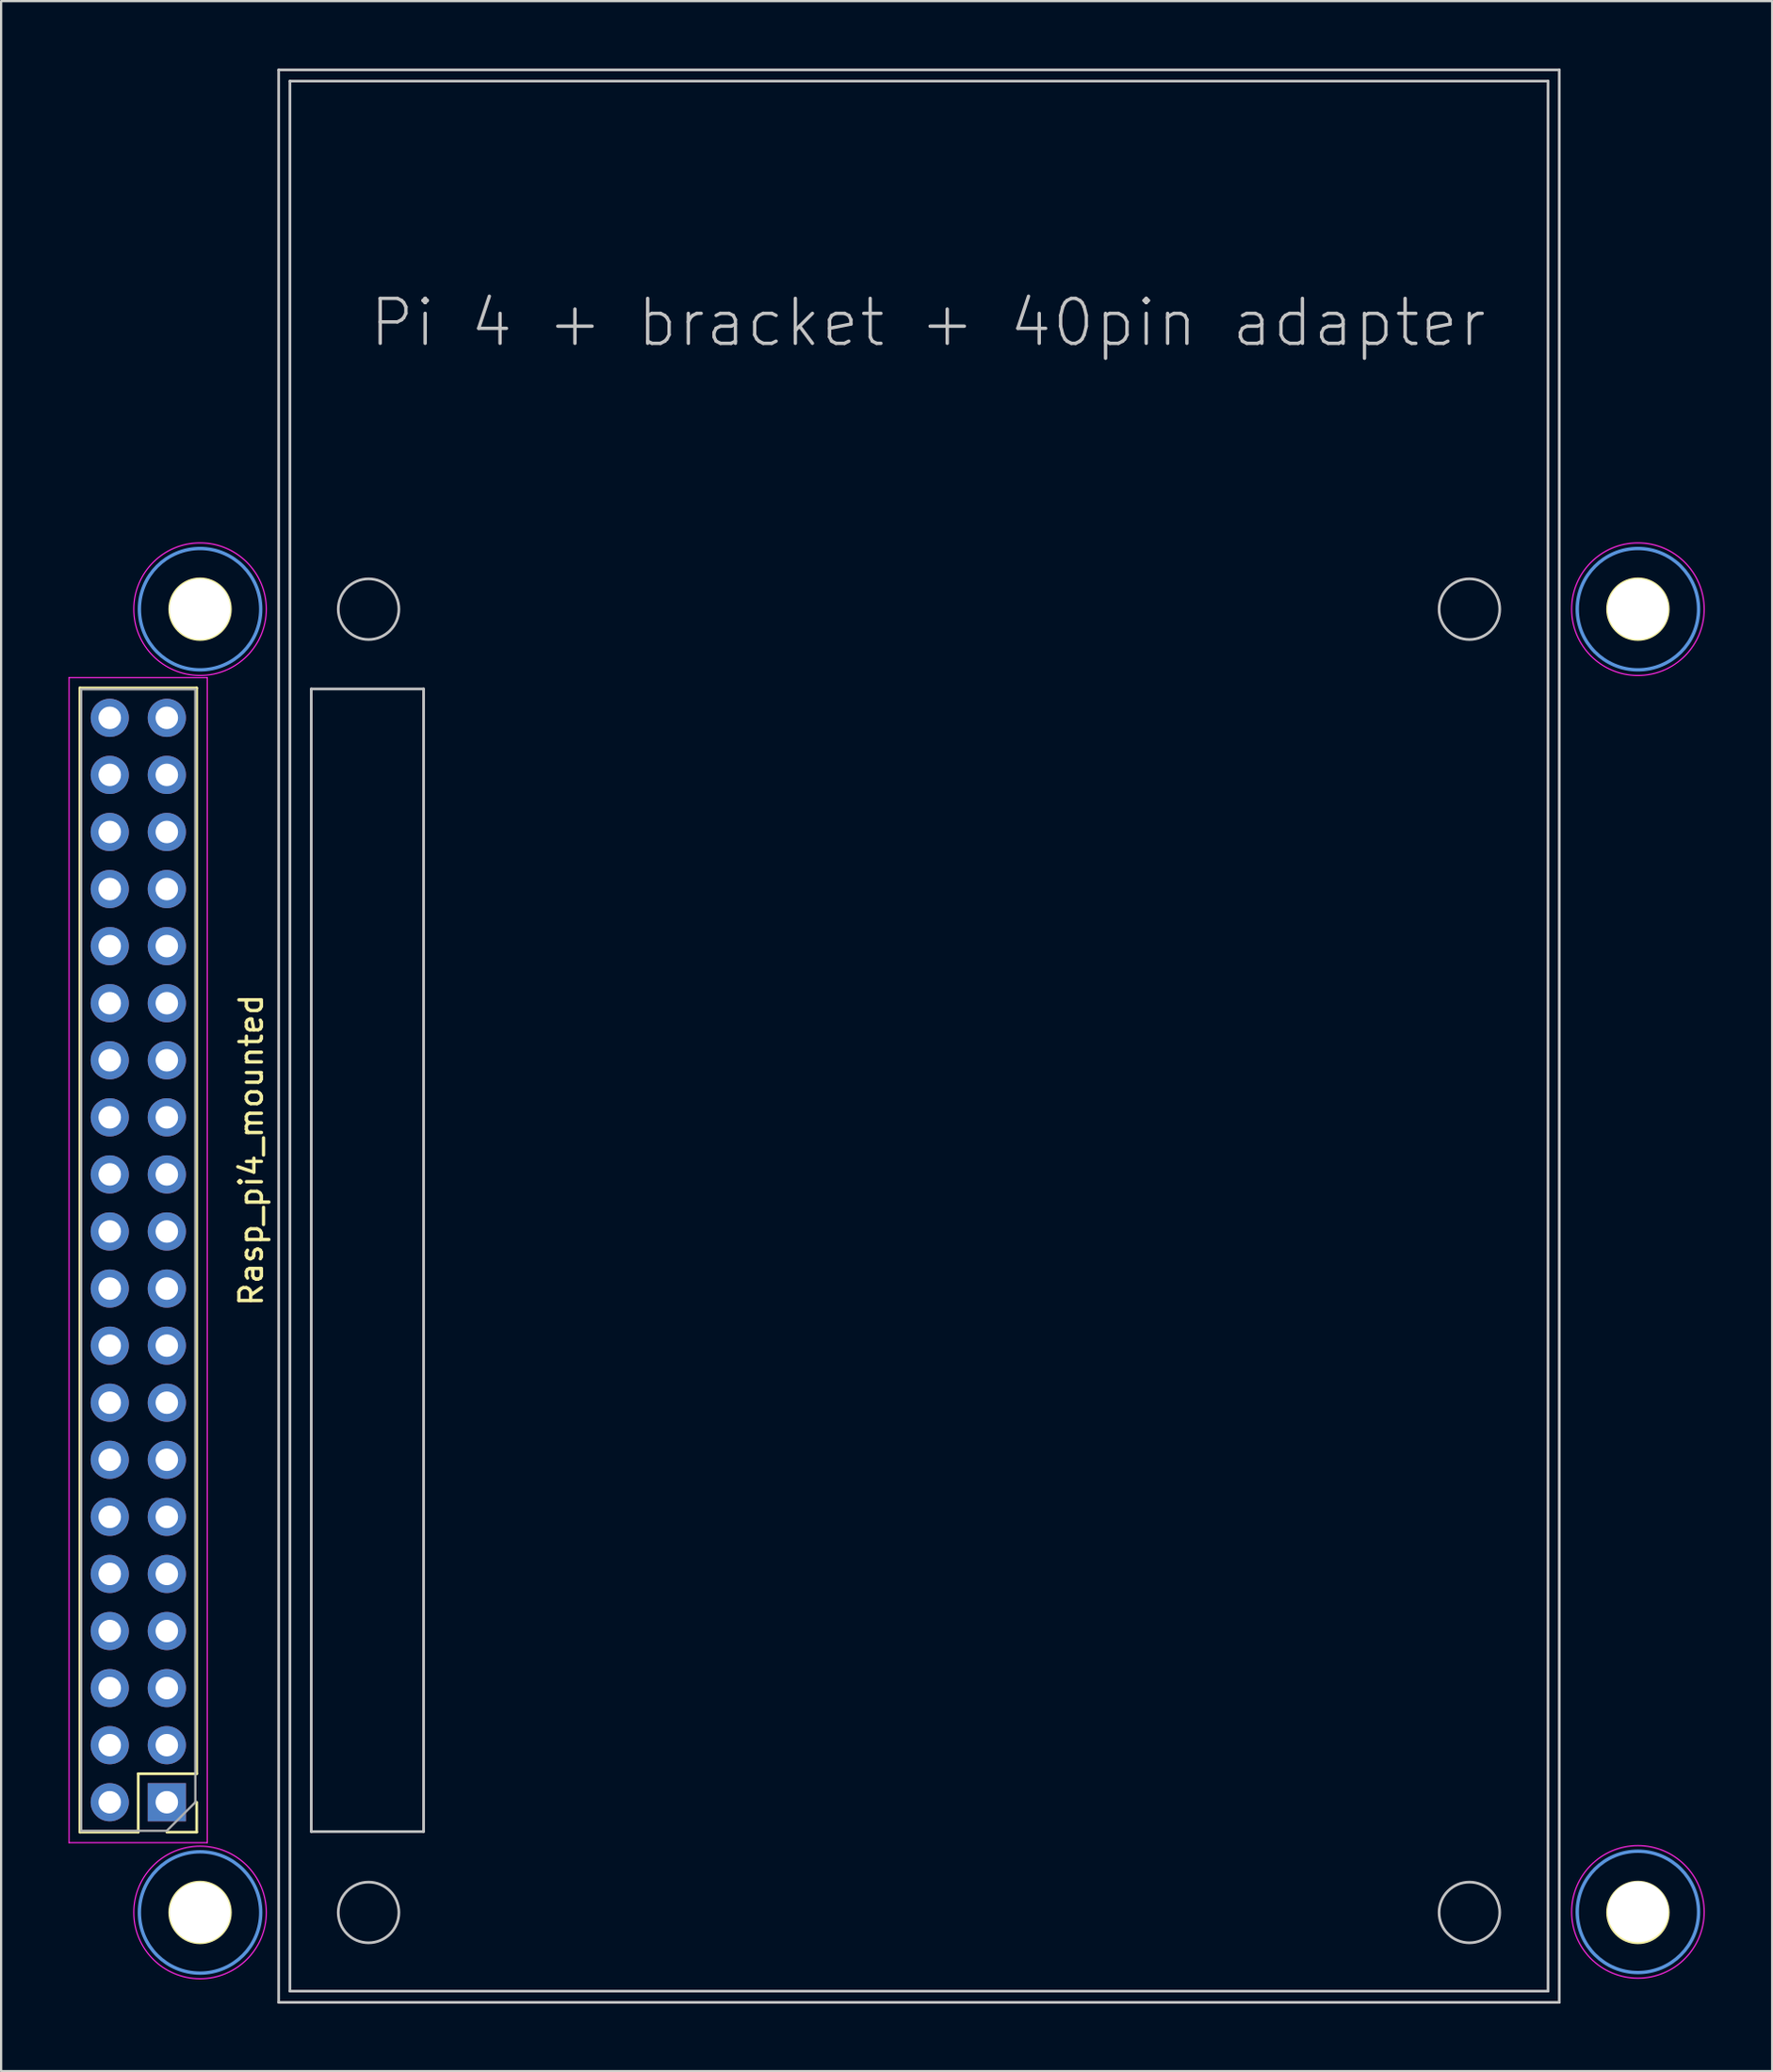
<source format=kicad_pcb>
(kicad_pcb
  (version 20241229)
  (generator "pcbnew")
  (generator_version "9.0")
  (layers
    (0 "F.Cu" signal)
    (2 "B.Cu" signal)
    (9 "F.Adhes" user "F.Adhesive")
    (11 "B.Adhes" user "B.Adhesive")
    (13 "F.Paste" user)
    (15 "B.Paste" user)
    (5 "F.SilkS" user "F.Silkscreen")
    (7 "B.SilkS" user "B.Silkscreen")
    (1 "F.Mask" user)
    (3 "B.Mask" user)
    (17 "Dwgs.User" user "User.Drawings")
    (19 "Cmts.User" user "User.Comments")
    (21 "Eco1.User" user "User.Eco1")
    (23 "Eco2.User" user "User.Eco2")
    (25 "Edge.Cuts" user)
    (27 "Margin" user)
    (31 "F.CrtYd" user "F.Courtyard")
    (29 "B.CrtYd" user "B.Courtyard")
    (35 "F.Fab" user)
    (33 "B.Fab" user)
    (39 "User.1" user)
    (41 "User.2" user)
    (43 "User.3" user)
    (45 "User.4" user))
  (footprint "Rasp_pi4_mounted"
    (layer "F.Cu")
    (at 9.855 0.56)
    (property "Reference" "Rasp_pi4_mounted" (at -1.725 47.575 90) (layer "F.SilkS") (effects (font (size 1 1) (thickness 0.15))))
    (attr through_hole)
    (fp_line (start -9.35 77.925) (end -9.35 27.005) (stroke (width 0.12) (type solid)) (layer "F.SilkS"))
    (fp_line (start -6.75 75.325) (end -6.75 77.925) (stroke (width 0.12) (type solid)) (layer "F.SilkS"))
    (fp_line (start -6.75 77.925) (end -9.35 77.925) (stroke (width 0.12) (type solid)) (layer "F.SilkS"))
    (fp_line (start -4.15 27.005) (end -9.35 27.005) (stroke (width 0.12) (type solid)) (layer "F.SilkS"))
    (fp_line (start -4.15 75.325) (end -6.75 75.325) (stroke (width 0.12) (type solid)) (layer "F.SilkS"))
    (fp_line (start -4.15 75.325) (end -4.15 27.005) (stroke (width 0.12) (type solid)) (layer "F.SilkS"))
    (fp_line (start -4.15 76.595) (end -4.15 77.925) (stroke (width 0.12) (type solid)) (layer "F.SilkS"))
    (fp_line (start -4.15 77.925) (end -5.48 77.925) (stroke (width 0.12) (type solid)) (layer "F.SilkS"))
    (fp_circle (center -4 23.5) (end -2.65 23.5) (stroke (width 0.12) (type solid)) (fill no) (layer "F.SilkS"))
    (fp_circle (center -4 81.5) (end -2.65 81.5) (stroke (width 0.12) (type solid)) (fill no) (layer "F.SilkS"))
    (fp_circle (center 60 23.5) (end 61.35 23.5) (stroke (width 0.12) (type solid)) (fill no) (layer "F.SilkS"))
    (fp_circle (center 60 81.5) (end 61.35 81.5) (stroke (width 0.12) (type solid)) (fill no) (layer "F.SilkS"))
    (fp_line (start -0.5 -0.5) (end 56.5 -0.5) (stroke (width 0.12) (type solid)) (layer "Dwgs.User"))
    (fp_line (start -0.5 85.5) (end -0.5 -0.5) (stroke (width 0.12) (type solid)) (layer "Dwgs.User"))
    (fp_line (start 0 0) (end 0 85) (stroke (width 0.12) (type solid)) (layer "Dwgs.User"))
    (fp_line (start 0 85) (end 56 85) (stroke (width 0.12) (type solid)) (layer "Dwgs.User"))
    (fp_line (start 0.95 27.05) (end 0.95 77.9) (stroke (width 0.12) (type solid)) (layer "Dwgs.User"))
    (fp_line (start 0.95 77.9) (end 5.95 77.9) (stroke (width 0.12) (type solid)) (layer "Dwgs.User"))
    (fp_line (start 5.95 27.05) (end 0.95 27.05) (stroke (width 0.12) (type solid)) (layer "Dwgs.User"))
    (fp_line (start 5.95 77.9) (end 5.95 27.05) (stroke (width 0.12) (type solid)) (layer "Dwgs.User"))
    (fp_line (start 56 0) (end 0 0) (stroke (width 0.12) (type solid)) (layer "Dwgs.User"))
    (fp_line (start 56 85) (end 56 0) (stroke (width 0.12) (type solid)) (layer "Dwgs.User"))
    (fp_line (start 56.5 -0.5) (end 56.5 85.5) (stroke (width 0.12) (type solid)) (layer "Dwgs.User"))
    (fp_line (start 56.5 85.5) (end -0.5 85.5) (stroke (width 0.12) (type solid)) (layer "Dwgs.User"))
    (fp_circle (center 3.5 23.5) (end 4.85 23.5) (stroke (width 0.12) (type solid)) (fill no) (layer "Dwgs.User"))
    (fp_circle (center 3.5 81.5) (end 4.85 81.5) (stroke (width 0.12) (type solid)) (fill no) (layer "Dwgs.User"))
    (fp_circle (center 52.5 23.5) (end 53.85 23.5) (stroke (width 0.12) (type solid)) (fill no) (layer "Dwgs.User"))
    (fp_circle (center 52.5 81.5) (end 53.85 81.5) (stroke (width 0.12) (type solid)) (fill no) (layer "Dwgs.User"))
    (fp_circle (center -4 23.5) (end -1.3 23.5) (stroke (width 0.15) (type solid)) (fill no) (layer "Cmts.User"))
    (fp_circle (center -4 81.5) (end -1.3 81.5) (stroke (width 0.15) (type solid)) (fill no) (layer "Cmts.User"))
    (fp_circle (center 60 23.5) (end 62.7 23.5) (stroke (width 0.15) (type solid)) (fill no) (layer "Cmts.User"))
    (fp_circle (center 60 81.475) (end 62.7 81.475) (stroke (width 0.15) (type solid)) (fill no) (layer "Cmts.User"))
    (fp_line (start -9.83 26.545) (end -9.83 78.395) (stroke (width 0.05) (type solid)) (layer "F.CrtYd"))
    (fp_line (start -9.83 78.395) (end -3.68 78.395) (stroke (width 0.05) (type solid)) (layer "F.CrtYd"))
    (fp_line (start -3.68 26.545) (end -9.83 26.545) (stroke (width 0.05) (type solid)) (layer "F.CrtYd"))
    (fp_line (start -3.68 78.395) (end -3.68 26.545) (stroke (width 0.05) (type solid)) (layer "F.CrtYd"))
    (fp_circle (center -4 23.5) (end -1.05 23.5) (stroke (width 0.05) (type solid)) (fill no) (layer "F.CrtYd"))
    (fp_circle (center -4 81.5) (end -1.05 81.5) (stroke (width 0.05) (type solid)) (fill no) (layer "F.CrtYd"))
    (fp_circle (center 60 23.5) (end 62.95 23.5) (stroke (width 0.05) (type solid)) (fill no) (layer "F.CrtYd"))
    (fp_circle (center 60 81.475) (end 62.95 81.475) (stroke (width 0.05) (type solid)) (fill no) (layer "F.CrtYd"))
    (fp_line (start -9.29 27.065) (end -4.21 27.065) (stroke (width 0.1) (type solid)) (layer "F.Fab"))
    (fp_line (start -9.29 77.865) (end -9.29 27.065) (stroke (width 0.1) (type solid)) (layer "F.Fab"))
    (fp_line (start -5.48 77.865) (end -9.29 77.865) (stroke (width 0.1) (type solid)) (layer "F.Fab"))
    (fp_line (start -4.21 27.065) (end -4.21 76.595) (stroke (width 0.1) (type solid)) (layer "F.Fab"))
    (fp_line (start -4.21 76.595) (end -5.48 77.865) (stroke (width 0.1) (type solid)) (layer "F.Fab"))
    (fp_text user "Pi 4 + bracket + 40pin adapter" (at 28.4 10.75 180) (layer "Dwgs.User") (effects (font (size 2 2) (thickness 0.15))))
    (pad "" np_thru_hole circle (at -4 23.5) (size 2.7 2.7) (drill 2.7) (layers "*.Cu" "*.Mask"))
    (pad "" np_thru_hole circle (at -4 81.5) (size 2.7 2.7) (drill 2.7) (layers "*.Cu" "*.Mask"))
    (pad "" np_thru_hole circle (at 60 23.5) (size 2.7 2.7) (drill 2.7) (layers "*.Cu" "*.Mask"))
    (pad "" np_thru_hole circle (at 60 81.475) (size 2.7 2.7) (drill 2.7) (layers "*.Cu" "*.Mask"))
    (pad "1" thru_hole rect (at -5.48 76.595 180) (size 1.7 1.7) (drill 1) (layers "*.Cu" "*.Mask"))
    (pad "2" thru_hole oval (at -8.02 76.595 180) (size 1.7 1.7) (drill 1) (layers "*.Cu" "*.Mask"))
    (pad "3" thru_hole oval (at -5.48 74.055 180) (size 1.7 1.7) (drill 1) (layers "*.Cu" "*.Mask"))
    (pad "4" thru_hole oval (at -8.02 74.055 180) (size 1.7 1.7) (drill 1) (layers "*.Cu" "*.Mask"))
    (pad "5" thru_hole oval (at -5.48 71.515 180) (size 1.7 1.7) (drill 1) (layers "*.Cu" "*.Mask"))
    (pad "6" thru_hole oval (at -8.02 71.515 180) (size 1.7 1.7) (drill 1) (layers "*.Cu" "*.Mask"))
    (pad "7" thru_hole oval (at -5.48 68.975 180) (size 1.7 1.7) (drill 1) (layers "*.Cu" "*.Mask"))
    (pad "8" thru_hole oval (at -8.02 68.975 180) (size 1.7 1.7) (drill 1) (layers "*.Cu" "*.Mask"))
    (pad "9" thru_hole oval (at -5.48 66.435 180) (size 1.7 1.7) (drill 1) (layers "*.Cu" "*.Mask"))
    (pad "10" thru_hole oval (at -8.02 66.435 180) (size 1.7 1.7) (drill 1) (layers "*.Cu" "*.Mask"))
    (pad "11" thru_hole oval (at -5.48 63.895 180) (size 1.7 1.7) (drill 1) (layers "*.Cu" "*.Mask"))
    (pad "12" thru_hole oval (at -8.02 63.895 180) (size 1.7 1.7) (drill 1) (layers "*.Cu" "*.Mask"))
    (pad "13" thru_hole oval (at -5.48 61.355 180) (size 1.7 1.7) (drill 1) (layers "*.Cu" "*.Mask"))
    (pad "14" thru_hole oval (at -8.02 61.355 180) (size 1.7 1.7) (drill 1) (layers "*.Cu" "*.Mask"))
    (pad "15" thru_hole oval (at -5.48 58.815 180) (size 1.7 1.7) (drill 1) (layers "*.Cu" "*.Mask"))
    (pad "16" thru_hole oval (at -8.02 58.815 180) (size 1.7 1.7) (drill 1) (layers "*.Cu" "*.Mask"))
    (pad "17" thru_hole oval (at -5.48 56.275 180) (size 1.7 1.7) (drill 1) (layers "*.Cu" "*.Mask"))
    (pad "18" thru_hole oval (at -8.02 56.275 180) (size 1.7 1.7) (drill 1) (layers "*.Cu" "*.Mask"))
    (pad "19" thru_hole oval (at -5.48 53.735 180) (size 1.7 1.7) (drill 1) (layers "*.Cu" "*.Mask"))
    (pad "20" thru_hole oval (at -8.02 53.735 180) (size 1.7 1.7) (drill 1) (layers "*.Cu" "*.Mask"))
    (pad "21" thru_hole oval (at -5.48 51.195 180) (size 1.7 1.7) (drill 1) (layers "*.Cu" "*.Mask"))
    (pad "22" thru_hole oval (at -8.02 51.195 180) (size 1.7 1.7) (drill 1) (layers "*.Cu" "*.Mask"))
    (pad "23" thru_hole oval (at -5.48 48.655 180) (size 1.7 1.7) (drill 1) (layers "*.Cu" "*.Mask"))
    (pad "24" thru_hole oval (at -8.02 48.655 180) (size 1.7 1.7) (drill 1) (layers "*.Cu" "*.Mask"))
    (pad "25" thru_hole oval (at -5.48 46.115 180) (size 1.7 1.7) (drill 1) (layers "*.Cu" "*.Mask"))
    (pad "26" thru_hole oval (at -8.02 46.115 180) (size 1.7 1.7) (drill 1) (layers "*.Cu" "*.Mask"))
    (pad "27" thru_hole oval (at -5.48 43.575 180) (size 1.7 1.7) (drill 1) (layers "*.Cu" "*.Mask"))
    (pad "28" thru_hole oval (at -8.02 43.575 180) (size 1.7 1.7) (drill 1) (layers "*.Cu" "*.Mask"))
    (pad "29" thru_hole oval (at -5.48 41.035 180) (size 1.7 1.7) (drill 1) (layers "*.Cu" "*.Mask"))
    (pad "30" thru_hole oval (at -8.02 41.035 180) (size 1.7 1.7) (drill 1) (layers "*.Cu" "*.Mask"))
    (pad "31" thru_hole oval (at -5.48 38.495 180) (size 1.7 1.7) (drill 1) (layers "*.Cu" "*.Mask"))
    (pad "32" thru_hole oval (at -8.02 38.495 180) (size 1.7 1.7) (drill 1) (layers "*.Cu" "*.Mask"))
    (pad "33" thru_hole oval (at -5.48 35.955 180) (size 1.7 1.7) (drill 1) (layers "*.Cu" "*.Mask"))
    (pad "34" thru_hole oval (at -8.02 35.955 180) (size 1.7 1.7) (drill 1) (layers "*.Cu" "*.Mask"))
    (pad "35" thru_hole oval (at -5.48 33.415 180) (size 1.7 1.7) (drill 1) (layers "*.Cu" "*.Mask"))
    (pad "36" thru_hole oval (at -8.02 33.415 180) (size 1.7 1.7) (drill 1) (layers "*.Cu" "*.Mask"))
    (pad "37" thru_hole oval (at -5.48 30.875 180) (size 1.7 1.7) (drill 1) (layers "*.Cu" "*.Mask"))
    (pad "38" thru_hole oval (at -8.02 30.875 180) (size 1.7 1.7) (drill 1) (layers "*.Cu" "*.Mask"))
    (pad "39" thru_hole oval (at -5.48 28.335 180) (size 1.7 1.7) (drill 1) (layers "*.Cu" "*.Mask"))
    (pad "40" thru_hole oval (at -8.02 28.335 180) (size 1.7 1.7) (drill 1) (layers "*.Cu" "*.Mask")))
  (gr_rect
    (start -3 -3)
    (end 75.83 89.12)
    (stroke (width 0.1) (type default))
    (fill no)
    (layer "Edge.Cuts")))
</source>
